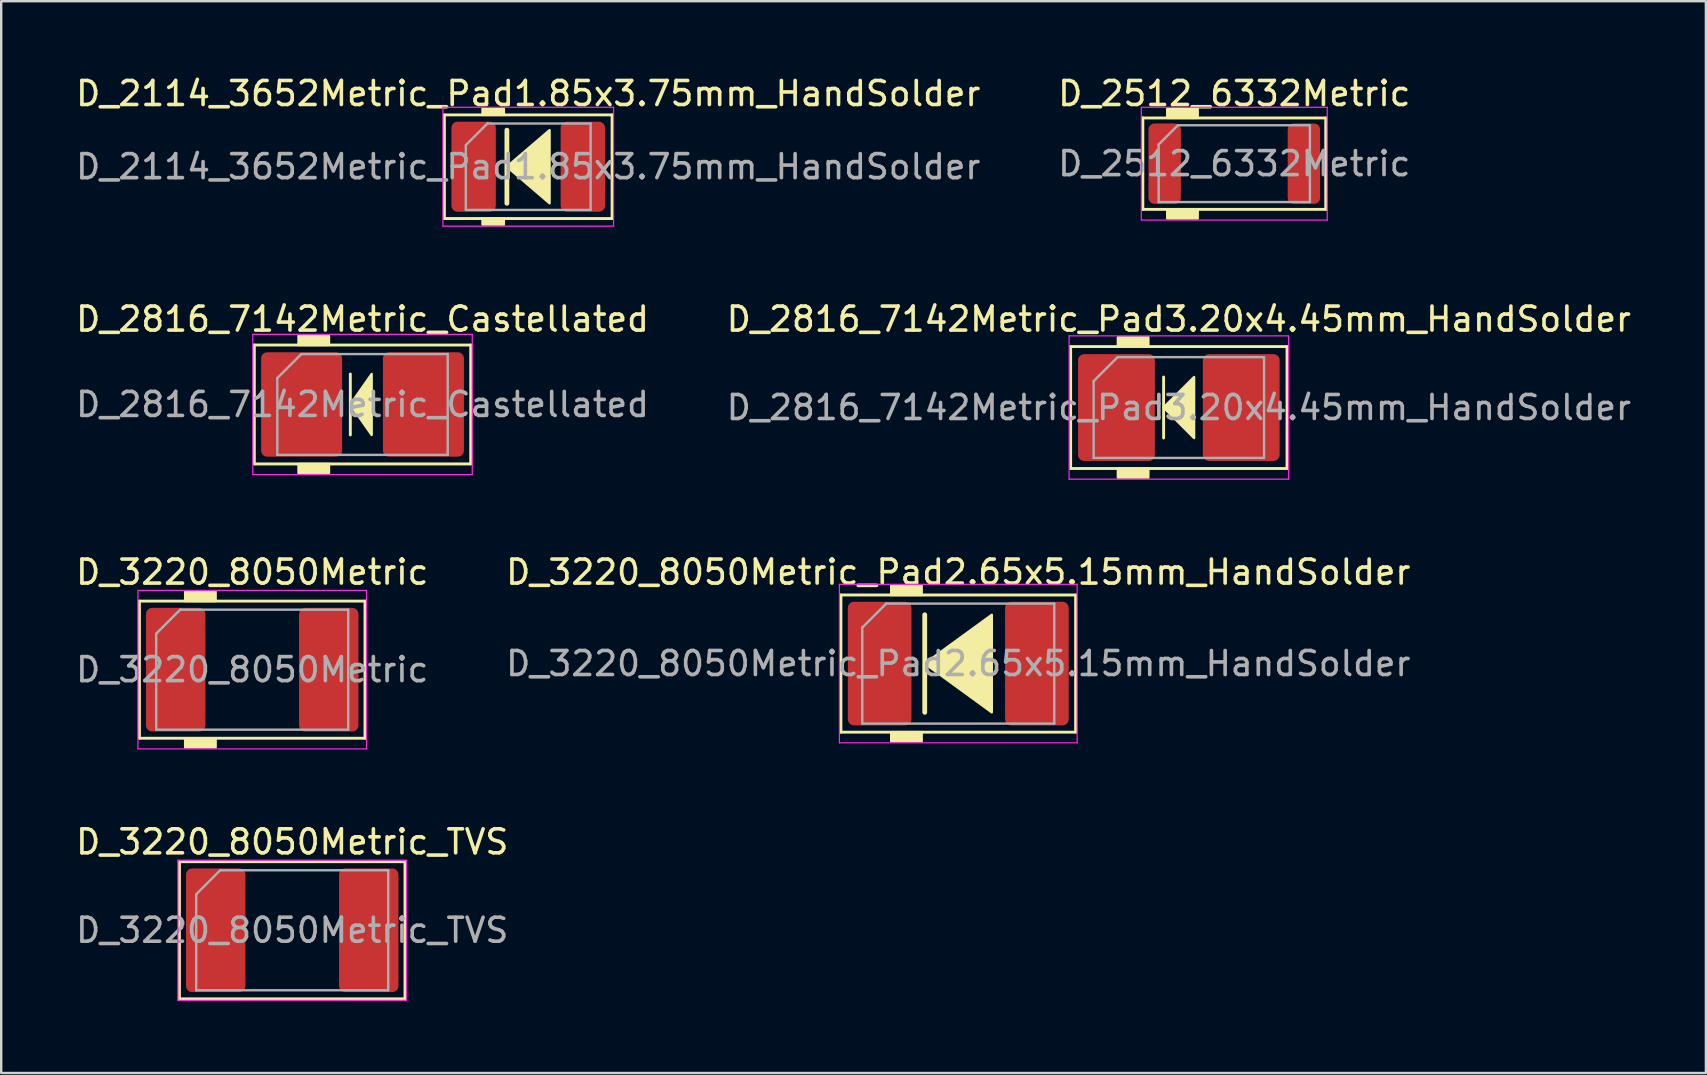
<source format=kicad_pcb>
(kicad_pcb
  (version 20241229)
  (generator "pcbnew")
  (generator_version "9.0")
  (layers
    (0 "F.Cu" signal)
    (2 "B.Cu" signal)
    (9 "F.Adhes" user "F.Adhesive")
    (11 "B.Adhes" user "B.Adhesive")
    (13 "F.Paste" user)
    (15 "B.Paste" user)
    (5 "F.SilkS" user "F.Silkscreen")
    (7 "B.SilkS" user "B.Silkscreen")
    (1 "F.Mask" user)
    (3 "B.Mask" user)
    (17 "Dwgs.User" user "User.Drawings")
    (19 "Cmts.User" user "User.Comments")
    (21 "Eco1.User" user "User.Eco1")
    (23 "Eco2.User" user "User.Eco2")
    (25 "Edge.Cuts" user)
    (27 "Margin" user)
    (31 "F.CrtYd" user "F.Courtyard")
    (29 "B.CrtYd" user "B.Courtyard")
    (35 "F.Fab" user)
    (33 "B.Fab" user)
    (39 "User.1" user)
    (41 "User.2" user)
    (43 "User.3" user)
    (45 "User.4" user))
  (footprint "D_2816_7142Metric_Castellated"
    (layer "F.Cu")
    (at 12.054 13.802)
    (property "Reference" "D_2816_7142Metric_Castellated" (at 0 -3.556 0) (layer "F.SilkS") (effects (font (size 1 1) (thickness 0.15))))
    (attr smd)
    (fp_line (start -4.508 -2.477) (end 4.508 -2.477) (stroke (width 0.12) (type solid)) (layer "F.SilkS"))
    (fp_line (start -4.508 2.477) (end -4.508 -2.477) (stroke (width 0.12) (type solid)) (layer "F.SilkS"))
    (fp_line (start -0.508 -1.27) (end -0.508 1.27) (stroke (width 0.12) (type solid)) (layer "F.SilkS"))
    (fp_line (start 4.508 -2.477) (end 4.508 2.477) (stroke (width 0.12) (type solid)) (layer "F.SilkS"))
    (fp_line (start 4.508 2.477) (end -4.508 2.477) (stroke (width 0.12) (type solid)) (layer "F.SilkS"))
    (fp_poly (pts (xy 0.381 1.27) (xy -0.508 0) (xy 0.381 -1.27)) (stroke (width 0.1) (type solid)) (fill yes) (layer "F.SilkS"))
    (fp_poly (pts (xy -1.397 -2.477) (xy -2.667 -2.477) (xy -2.667 -2.857) (xy -1.397 -2.857)) (stroke (width 0.1) (type solid)) (fill yes) (layer "F.SilkS"))
    (fp_poly (pts (xy -1.397 2.857) (xy -2.667 2.857) (xy -2.667 2.477) (xy -1.397 2.477)) (stroke (width 0.1) (type solid)) (fill yes) (layer "F.SilkS"))
    (fp_line (start -4.572 -2.921) (end 4.572 -2.921) (stroke (width 0.05) (type solid)) (layer "F.CrtYd"))
    (fp_line (start -4.572 2.921) (end -4.572 -2.921) (stroke (width 0.05) (type solid)) (layer "F.CrtYd"))
    (fp_line (start 4.572 -2.921) (end 4.572 2.921) (stroke (width 0.05) (type solid)) (layer "F.CrtYd"))
    (fp_line (start 4.572 2.921) (end -4.572 2.921) (stroke (width 0.05) (type solid)) (layer "F.CrtYd"))
    (fp_line (start -3.55 -1.1) (end -3.55 2.1) (stroke (width 0.1) (type solid)) (layer "F.Fab"))
    (fp_line (start -3.55 2.1) (end 3.55 2.1) (stroke (width 0.1) (type solid)) (layer "F.Fab"))
    (fp_line (start -2.55 -2.1) (end -3.55 -1.1) (stroke (width 0.1) (type solid)) (layer "F.Fab"))
    (fp_line (start 3.55 -2.1) (end -2.55 -2.1) (stroke (width 0.1) (type solid)) (layer "F.Fab"))
    (fp_line (start 3.55 2.1) (end 3.55 -2.1) (stroke (width 0.1) (type solid)) (layer "F.Fab"))
    (fp_text user "${REFERENCE}" (at 0 0 0) (layer "F.Fab") (effects (font (size 1 1) (thickness 0.15))))
    (pad "1" smd roundrect (at -2.538 0) (size 3.375 4.35) (layers "F.Cu" "F.Mask" "F.Paste") (roundrect_rratio 0.074))
    (pad "2" smd roundrect (at 2.538 0) (size 3.375 4.35) (layers "F.Cu" "F.Mask" "F.Paste") (roundrect_rratio 0.074)))
  (footprint "D_3220_8050Metric"
    (layer "F.Cu")
    (at 7.458 24.851)
    (property "Reference" "D_3220_8050Metric" (at 0 -4.064 0) (layer "F.SilkS") (effects (font (size 1 1) (thickness 0.15))))
    (attr smd)
    (fp_line (start -4.699 -2.857) (end 4.699 -2.857) (stroke (width 0.12) (type solid)) (layer "F.SilkS"))
    (fp_line (start -4.699 2.857) (end -4.699 -2.857) (stroke (width 0.12) (type solid)) (layer "F.SilkS"))
    (fp_line (start 4.699 -2.857) (end 4.699 2.857) (stroke (width 0.12) (type solid)) (layer "F.SilkS"))
    (fp_line (start 4.699 2.857) (end -4.699 2.857) (stroke (width 0.12) (type solid)) (layer "F.SilkS"))
    (fp_poly (pts (xy -1.524 -2.857) (xy -2.794 -2.857) (xy -2.794 -3.239) (xy -1.524 -3.239)) (stroke (width 0.1) (type solid)) (fill yes) (layer "F.SilkS"))
    (fp_poly (pts (xy -1.524 3.239) (xy -2.794 3.239) (xy -2.794 2.857) (xy -1.524 2.857)) (stroke (width 0.1) (type solid)) (fill yes) (layer "F.SilkS"))
    (fp_line (start -4.763 -3.302) (end 4.763 -3.302) (stroke (width 0.05) (type solid)) (layer "F.CrtYd"))
    (fp_line (start -4.763 3.302) (end -4.763 -3.302) (stroke (width 0.05) (type solid)) (layer "F.CrtYd"))
    (fp_line (start 4.763 -3.302) (end 4.763 3.302) (stroke (width 0.05) (type solid)) (layer "F.CrtYd"))
    (fp_line (start 4.763 3.302) (end -4.763 3.302) (stroke (width 0.05) (type solid)) (layer "F.CrtYd"))
    (fp_line (start -4 -1.5) (end -4 2.5) (stroke (width 0.1) (type solid)) (layer "F.Fab"))
    (fp_line (start -4 2.5) (end 4 2.5) (stroke (width 0.1) (type solid)) (layer "F.Fab"))
    (fp_line (start -3 -2.5) (end -4 -1.5) (stroke (width 0.1) (type solid)) (layer "F.Fab"))
    (fp_line (start 4 -2.5) (end -3 -2.5) (stroke (width 0.1) (type solid)) (layer "F.Fab"))
    (fp_line (start 4 2.5) (end 4 -2.5) (stroke (width 0.1) (type solid)) (layer "F.Fab"))
    (fp_text user "${REFERENCE}" (at 0 0 0) (layer "F.Fab") (effects (font (size 1 1) (thickness 0.15))))
    (pad "1" smd roundrect (at -3.188 0) (size 2.475 5.15) (layers "F.Cu" "F.Mask" "F.Paste") (roundrect_rratio 0.101))
    (pad "2" smd roundrect (at 3.188 0) (size 2.475 5.15) (layers "F.Cu" "F.Mask" "F.Paste") (roundrect_rratio 0.101)))
  (footprint "D_3220_8050Metric_Pad2.65x5.15mm_HandSolder"
    (layer "F.Cu")
    (at 36.875 24.597)
    (property "Reference" "D_3220_8050Metric_Pad2.65x5.15mm_HandSolder" (at 0 -3.81 0) (layer "F.SilkS") (effects (font (size 1 1) (thickness 0.15))))
    (attr smd)
    (fp_line (start -4.889 -2.857) (end 4.889 -2.857) (stroke (width 0.12) (type solid)) (layer "F.SilkS"))
    (fp_line (start -4.889 2.857) (end -4.889 -2.857) (stroke (width 0.12) (type solid)) (layer "F.SilkS"))
    (fp_line (start -1.397 -2.032) (end -1.397 2.032) (stroke (width 0.2) (type solid)) (layer "F.SilkS"))
    (fp_line (start 4.889 -2.857) (end 4.889 2.857) (stroke (width 0.12) (type solid)) (layer "F.SilkS"))
    (fp_line (start 4.889 2.857) (end -4.889 2.857) (stroke (width 0.12) (type solid)) (layer "F.SilkS"))
    (fp_poly (pts (xy 1.397 2.032) (xy -1.397 0) (xy 1.397 -2.032)) (stroke (width 0.1) (type solid)) (fill yes) (layer "F.SilkS"))
    (fp_poly (pts (xy -1.524 -2.857) (xy -2.794 -2.857) (xy -2.794 -3.239) (xy -1.524 -3.239)) (stroke (width 0.1) (type solid)) (fill yes) (layer "F.SilkS"))
    (fp_poly (pts (xy -1.524 3.239) (xy -2.794 3.239) (xy -2.794 2.857) (xy -1.524 2.857)) (stroke (width 0.1) (type solid)) (fill yes) (layer "F.SilkS"))
    (fp_line (start -4.953 -3.302) (end 4.953 -3.302) (stroke (width 0.05) (type solid)) (layer "F.CrtYd"))
    (fp_line (start -4.953 3.302) (end -4.953 -3.302) (stroke (width 0.05) (type solid)) (layer "F.CrtYd"))
    (fp_line (start 4.953 -3.302) (end 4.953 3.302) (stroke (width 0.05) (type solid)) (layer "F.CrtYd"))
    (fp_line (start 4.953 3.302) (end -4.953 3.302) (stroke (width 0.05) (type solid)) (layer "F.CrtYd"))
    (fp_line (start -4 -1.5) (end -4 2.5) (stroke (width 0.1) (type solid)) (layer "F.Fab"))
    (fp_line (start -4 2.5) (end 4 2.5) (stroke (width 0.1) (type solid)) (layer "F.Fab"))
    (fp_line (start -3 -2.5) (end -4 -1.5) (stroke (width 0.1) (type solid)) (layer "F.Fab"))
    (fp_line (start 4 -2.5) (end -3 -2.5) (stroke (width 0.1) (type solid)) (layer "F.Fab"))
    (fp_line (start 4 2.5) (end 4 -2.5) (stroke (width 0.1) (type solid)) (layer "F.Fab"))
    (fp_text user "${REFERENCE}" (at 0 0 0) (layer "F.Fab") (effects (font (size 1 1) (thickness 0.15))))
    (pad "1" smd roundrect (at -3.275 0) (size 2.65 5.15) (layers "F.Cu" "F.Mask" "F.Paste") (roundrect_rratio 0.094))
    (pad "2" smd roundrect (at 3.275 0) (size 2.65 5.15) (layers "F.Cu" "F.Mask" "F.Paste") (roundrect_rratio 0.094)))
  (footprint "D_3220_8050Metric_TVS"
    (layer "F.Cu")
    (at 9.125 35.709)
    (property "Reference" "D_3220_8050Metric_TVS" (at 0 -3.683 0) (layer "F.SilkS") (effects (font (size 1 1) (thickness 0.15))))
    (attr smd)
    (fp_line (start -4.699 -2.857) (end 4.699 -2.857) (stroke (width 0.12) (type solid)) (layer "F.SilkS"))
    (fp_line (start -4.699 2.857) (end -4.699 -2.857) (stroke (width 0.12) (type solid)) (layer "F.SilkS"))
    (fp_line (start 4.699 -2.857) (end 4.699 2.857) (stroke (width 0.12) (type solid)) (layer "F.SilkS"))
    (fp_line (start 4.699 2.857) (end -4.699 2.857) (stroke (width 0.12) (type solid)) (layer "F.SilkS"))
    (fp_line (start -4.763 -2.921) (end 4.763 -2.921) (stroke (width 0.05) (type solid)) (layer "F.CrtYd"))
    (fp_line (start -4.763 2.921) (end -4.763 -2.921) (stroke (width 0.05) (type solid)) (layer "F.CrtYd"))
    (fp_line (start 4.763 -2.921) (end 4.763 2.921) (stroke (width 0.05) (type solid)) (layer "F.CrtYd"))
    (fp_line (start 4.763 2.921) (end -4.763 2.921) (stroke (width 0.05) (type solid)) (layer "F.CrtYd"))
    (fp_line (start -4 -1.5) (end -4 2.5) (stroke (width 0.1) (type solid)) (layer "F.Fab"))
    (fp_line (start -4 2.5) (end 4 2.5) (stroke (width 0.1) (type solid)) (layer "F.Fab"))
    (fp_line (start -3 -2.5) (end -4 -1.5) (stroke (width 0.1) (type solid)) (layer "F.Fab"))
    (fp_line (start 4 -2.5) (end -3 -2.5) (stroke (width 0.1) (type solid)) (layer "F.Fab"))
    (fp_line (start 4 2.5) (end 4 -2.5) (stroke (width 0.1) (type solid)) (layer "F.Fab"))
    (fp_text user "${REFERENCE}" (at 0 0 0) (layer "F.Fab") (effects (font (size 1 1) (thickness 0.15))))
    (pad "1" smd roundrect (at -3.188 0) (size 2.475 5.15) (layers "F.Cu" "F.Mask" "F.Paste") (roundrect_rratio 0.101))
    (pad "2" smd roundrect (at 3.188 0) (size 2.475 5.15) (layers "F.Cu" "F.Mask" "F.Paste") (roundrect_rratio 0.101)))
  (footprint "D_2512_6332Metric"
    (layer "F.Cu")
    (at 48.375 3.769)
    (property "Reference" "D_2512_6332Metric" (at 0 -2.921 0) (layer "F.SilkS") (effects (font (size 1 1) (thickness 0.15))))
    (attr smd)
    (fp_line (start -3.81 -1.905) (end -3.81 1.905) (stroke (width 0.12) (type solid)) (layer "F.SilkS"))
    (fp_line (start -3.81 1.905) (end 3.81 1.905) (stroke (width 0.12) (type solid)) (layer "F.SilkS"))
    (fp_line (start 3.81 -1.905) (end -3.81 -1.905) (stroke (width 0.12) (type solid)) (layer "F.SilkS"))
    (fp_line (start 3.81 1.905) (end 3.81 -1.905) (stroke (width 0.12) (type solid)) (layer "F.SilkS"))
    (fp_poly (pts (xy -1.524 -1.905) (xy -2.794 -1.905) (xy -2.794 -2.286) (xy -1.524 -2.286)) (stroke (width 0.1) (type solid)) (fill yes) (layer "F.SilkS"))
    (fp_poly (pts (xy -1.524 2.286) (xy -2.794 2.286) (xy -2.794 1.905) (xy -1.524 1.905)) (stroke (width 0.1) (type solid)) (fill yes) (layer "F.SilkS"))
    (fp_line (start -3.873 -2.349) (end 3.873 -2.349) (stroke (width 0.05) (type solid)) (layer "F.CrtYd"))
    (fp_line (start -3.873 2.349) (end -3.873 -2.349) (stroke (width 0.05) (type solid)) (layer "F.CrtYd"))
    (fp_line (start 3.873 -2.349) (end 3.873 2.349) (stroke (width 0.05) (type solid)) (layer "F.CrtYd"))
    (fp_line (start 3.873 2.349) (end -3.873 2.349) (stroke (width 0.05) (type solid)) (layer "F.CrtYd"))
    (fp_line (start -3.15 -0.8) (end -3.15 1.6) (stroke (width 0.1) (type solid)) (layer "F.Fab"))
    (fp_line (start -3.15 1.6) (end 3.15 1.6) (stroke (width 0.1) (type solid)) (layer "F.Fab"))
    (fp_line (start -2.35 -1.6) (end -3.15 -0.8) (stroke (width 0.1) (type solid)) (layer "F.Fab"))
    (fp_line (start 3.15 -1.6) (end -2.35 -1.6) (stroke (width 0.1) (type solid)) (layer "F.Fab"))
    (fp_line (start 3.15 1.6) (end 3.15 -1.6) (stroke (width 0.1) (type solid)) (layer "F.Fab"))
    (fp_text user "${REFERENCE}" (at 0 0 0) (layer "F.Fab") (effects (font (size 1 1) (thickness 0.15))))
    (pad "1" smd roundrect (at -2.9 0) (size 1.35 3.35) (layers "F.Cu" "F.Mask" "F.Paste") (roundrect_rratio 0.185))
    (pad "2" smd roundrect (at 2.9 0) (size 1.35 3.35) (layers "F.Cu" "F.Mask" "F.Paste") (roundrect_rratio 0.185)))
  (footprint "D_2816_7142Metric_Pad3.20x4.45mm_HandSolder"
    (layer "F.Cu")
    (at 46.065 13.929)
    (property "Reference" "D_2816_7142Metric_Pad3.20x4.45mm_HandSolder" (at 0 -3.683 0) (layer "F.SilkS") (effects (font (size 1 1) (thickness 0.15))))
    (attr smd)
    (fp_line (start -4.508 -2.54) (end -4.508 2.54) (stroke (width 0.12) (type solid)) (layer "F.SilkS"))
    (fp_line (start -4.508 2.54) (end 4.508 2.54) (stroke (width 0.12) (type solid)) (layer "F.SilkS"))
    (fp_line (start -0.635 -1.27) (end -0.635 1.27) (stroke (width 0.12) (type solid)) (layer "F.SilkS"))
    (fp_line (start 4.508 -2.54) (end -4.508 -2.54) (stroke (width 0.12) (type solid)) (layer "F.SilkS"))
    (fp_line (start 4.508 2.54) (end 4.508 -2.54) (stroke (width 0.12) (type solid)) (layer "F.SilkS"))
    (fp_poly (pts (xy 0.635 1.27) (xy -0.635 0) (xy 0.635 -1.27)) (stroke (width 0.1) (type solid)) (fill yes) (layer "F.SilkS"))
    (fp_poly (pts (xy -1.27 -2.54) (xy -2.54 -2.54) (xy -2.54 -2.921) (xy -1.27 -2.921)) (stroke (width 0.1) (type solid)) (fill yes) (layer "F.SilkS"))
    (fp_poly (pts (xy -1.27 2.921) (xy -2.54 2.921) (xy -2.54 2.54) (xy -1.27 2.54)) (stroke (width 0.1) (type solid)) (fill yes) (layer "F.SilkS"))
    (fp_line (start -4.572 -2.985) (end 4.572 -2.985) (stroke (width 0.05) (type solid)) (layer "F.CrtYd"))
    (fp_line (start -4.572 2.985) (end -4.572 -2.985) (stroke (width 0.05) (type solid)) (layer "F.CrtYd"))
    (fp_line (start 4.572 -2.985) (end 4.572 2.985) (stroke (width 0.05) (type solid)) (layer "F.CrtYd"))
    (fp_line (start 4.572 2.985) (end -4.572 2.985) (stroke (width 0.05) (type solid)) (layer "F.CrtYd"))
    (fp_line (start -3.55 -1.1) (end -3.55 2.1) (stroke (width 0.1) (type solid)) (layer "F.Fab"))
    (fp_line (start -3.55 2.1) (end 3.55 2.1) (stroke (width 0.1) (type solid)) (layer "F.Fab"))
    (fp_line (start -2.55 -2.1) (end -3.55 -1.1) (stroke (width 0.1) (type solid)) (layer "F.Fab"))
    (fp_line (start 3.55 -2.1) (end -2.55 -2.1) (stroke (width 0.1) (type solid)) (layer "F.Fab"))
    (fp_line (start 3.55 2.1) (end 3.55 -2.1) (stroke (width 0.1) (type solid)) (layer "F.Fab"))
    (fp_text user "${REFERENCE}" (at 0 0 0) (layer "F.Fab") (effects (font (size 1 1) (thickness 0.15))))
    (pad "1" smd roundrect (at -2.6 0) (size 3.2 4.45) (layers "F.Cu" "F.Mask" "F.Paste") (roundrect_rratio 0.078))
    (pad "2" smd roundrect (at 2.6 0) (size 3.2 4.45) (layers "F.Cu" "F.Mask" "F.Paste") (roundrect_rratio 0.078)))
  (footprint "D_2114_3652Metric_Pad1.85x3.75mm_HandSolder"
    (layer "F.Cu")
    (at 18.958 3.896)
    (property "Reference" "D_2114_3652Metric_Pad1.85x3.75mm_HandSolder" (at 0 -3.048 0) (layer "F.SilkS") (effects (font (size 1 1) (thickness 0.15))))
    (attr smd)
    (fp_line (start -3.493 -2.159) (end -3.493 2.159) (stroke (width 0.12) (type solid)) (layer "F.SilkS"))
    (fp_line (start -3.493 2.159) (end 3.493 2.159) (stroke (width 0.12) (type solid)) (layer "F.SilkS"))
    (fp_line (start -0.889 -1.524) (end -0.889 1.524) (stroke (width 0.2) (type solid)) (layer "F.SilkS"))
    (fp_line (start 3.493 -2.159) (end -3.493 -2.159) (stroke (width 0.12) (type solid)) (layer "F.SilkS"))
    (fp_line (start 3.493 2.159) (end 3.493 -2.159) (stroke (width 0.12) (type solid)) (layer "F.SilkS"))
    (fp_poly (pts (xy 0.889 1.524) (xy -0.889 0) (xy 0.889 -1.524)) (stroke (width 0.1) (type solid)) (fill yes) (layer "F.SilkS"))
    (fp_poly (pts (xy -1.016 -2.159) (xy -1.905 -2.159) (xy -1.905 -2.413) (xy -1.016 -2.413)) (stroke (width 0.1) (type solid)) (fill yes) (layer "F.SilkS"))
    (fp_poly (pts (xy -1.016 2.413) (xy -1.905 2.413) (xy -1.905 2.159) (xy -1.016 2.159)) (stroke (width 0.1) (type solid)) (fill yes) (layer "F.SilkS"))
    (fp_line (start -3.556 -2.477) (end 3.556 -2.477) (stroke (width 0.05) (type solid)) (layer "F.CrtYd"))
    (fp_line (start -3.556 2.477) (end -3.556 -2.477) (stroke (width 0.05) (type solid)) (layer "F.CrtYd"))
    (fp_line (start 3.556 -2.477) (end 3.556 2.477) (stroke (width 0.05) (type solid)) (layer "F.CrtYd"))
    (fp_line (start 3.556 2.477) (end -3.556 2.477) (stroke (width 0.05) (type solid)) (layer "F.CrtYd"))
    (fp_line (start -2.6 -0.9) (end -2.6 1.8) (stroke (width 0.1) (type solid)) (layer "F.Fab"))
    (fp_line (start -2.6 1.8) (end 2.6 1.8) (stroke (width 0.1) (type solid)) (layer "F.Fab"))
    (fp_line (start -1.7 -1.8) (end -2.6 -0.9) (stroke (width 0.1) (type solid)) (layer "F.Fab"))
    (fp_line (start 2.6 -1.8) (end -1.7 -1.8) (stroke (width 0.1) (type solid)) (layer "F.Fab"))
    (fp_line (start 2.6 1.8) (end 2.6 -1.8) (stroke (width 0.1) (type solid)) (layer "F.Fab"))
    (fp_text user "${REFERENCE}" (at 0 0 0) (layer "F.Fab") (effects (font (size 1 1) (thickness 0.15))))
    (pad "1" smd roundrect (at -2.275 0) (size 1.85 3.75) (layers "F.Cu" "F.Mask" "F.Paste") (roundrect_rratio 0.135))
    (pad "2" smd roundrect (at 2.275 0) (size 1.85 3.75) (layers "F.Cu" "F.Mask" "F.Paste") (roundrect_rratio 0.135)))
  (gr_rect
    (start -3 -3)
    (end 68.024 41.655)
    (stroke (width 0.1) (type default))
    (fill no)
    (layer "Edge.Cuts")))
</source>
